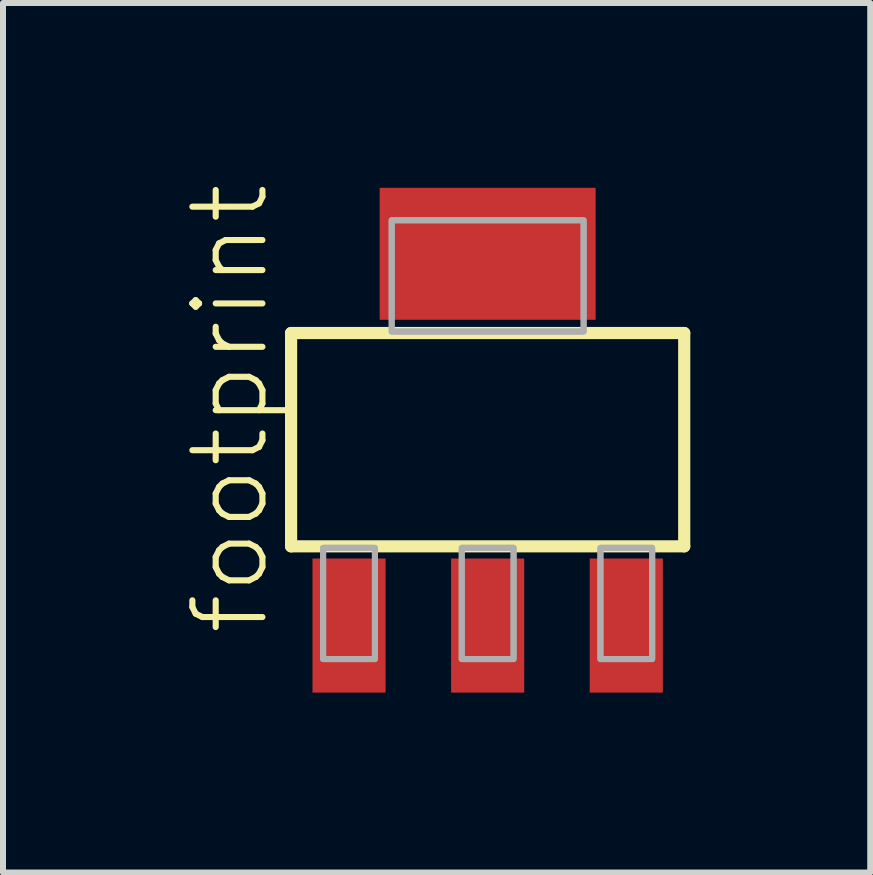
<source format=kicad_pcb>
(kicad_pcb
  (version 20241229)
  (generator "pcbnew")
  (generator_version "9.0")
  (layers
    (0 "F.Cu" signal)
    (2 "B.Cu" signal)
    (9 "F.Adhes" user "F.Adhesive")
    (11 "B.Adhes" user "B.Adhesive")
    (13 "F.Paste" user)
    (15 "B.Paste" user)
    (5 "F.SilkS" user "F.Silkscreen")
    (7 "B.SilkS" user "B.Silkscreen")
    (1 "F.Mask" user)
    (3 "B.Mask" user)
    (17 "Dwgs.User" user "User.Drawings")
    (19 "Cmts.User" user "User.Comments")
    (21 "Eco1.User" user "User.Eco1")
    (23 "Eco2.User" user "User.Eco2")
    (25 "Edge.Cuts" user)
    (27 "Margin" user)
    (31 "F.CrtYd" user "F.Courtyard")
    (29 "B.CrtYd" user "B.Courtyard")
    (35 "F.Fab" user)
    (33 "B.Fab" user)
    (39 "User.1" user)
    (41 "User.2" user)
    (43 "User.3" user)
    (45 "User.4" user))
  (footprint "footprint"
    (layer "F.Cu")
    (at 5.08 4.28)
    (property "Reference" "footprint" (at -3.607 3.302 90) (layer "F.SilkS") (effects (font (size 1.168 1.168) (thickness 0.102)) (justify left bottom)))
    (fp_line (start -3.277 -1.778) (end 3.277 -1.778) (stroke (width 0.203) (type solid)) (layer "F.SilkS"))
    (fp_line (start -3.277 1.778) (end -3.277 -1.778) (stroke (width 0.203) (type solid)) (layer "F.SilkS"))
    (fp_line (start 3.277 -1.778) (end 3.277 1.778) (stroke (width 0.203) (type solid)) (layer "F.SilkS"))
    (fp_line (start 3.277 1.778) (end -3.277 1.778) (stroke (width 0.203) (type solid)) (layer "F.SilkS"))
    (fp_poly (pts (xy -2.743 3.658) (xy -1.88 3.658) (xy -1.88 1.803) (xy -2.743 1.803)) (stroke (width 0.1) (type solid)) (fill no) (layer "F.Fab"))
    (fp_poly (pts (xy -2.743 3.658) (xy -1.88 3.658) (xy -1.88 1.803) (xy -2.743 1.803)) (stroke (width 0.1) (type solid)) (fill no) (layer "F.Fab"))
    (fp_poly (pts (xy -1.6 -1.803) (xy 1.6 -1.803) (xy 1.6 -3.658) (xy -1.6 -3.658)) (stroke (width 0.1) (type solid)) (fill no) (layer "F.Fab"))
    (fp_poly (pts (xy -1.6 -1.803) (xy 1.6 -1.803) (xy 1.6 -3.658) (xy -1.6 -3.658)) (stroke (width 0.1) (type solid)) (fill no) (layer "F.Fab"))
    (fp_poly (pts (xy -0.432 3.658) (xy 0.432 3.658) (xy 0.432 1.803) (xy -0.432 1.803)) (stroke (width 0.1) (type solid)) (fill no) (layer "F.Fab"))
    (fp_poly (pts (xy -0.432 3.658) (xy 0.432 3.658) (xy 0.432 1.803) (xy -0.432 1.803)) (stroke (width 0.1) (type solid)) (fill no) (layer "F.Fab"))
    (fp_poly (pts (xy 1.88 3.658) (xy 2.743 3.658) (xy 2.743 1.803) (xy 1.88 1.803)) (stroke (width 0.1) (type solid)) (fill no) (layer "F.Fab"))
    (fp_poly (pts (xy 1.88 3.658) (xy 2.743 3.658) (xy 2.743 1.803) (xy 1.88 1.803)) (stroke (width 0.1) (type solid)) (fill no) (layer "F.Fab"))
    (pad "1" smd rect (at -2.311 3.099) (size 1.219 2.235) (layers "F.Cu" "F.Mask" "F.Paste"))
    (pad "2" smd rect (at 0 3.099) (size 1.219 2.235) (layers "F.Cu" "F.Mask" "F.Paste"))
    (pad "3" smd rect (at 2.311 3.099) (size 1.219 2.235) (layers "F.Cu" "F.Mask" "F.Paste"))
    (pad "4" smd rect (at 0 -3.099) (size 3.6 2.2) (layers "F.Cu" "F.Mask" "F.Paste")))
  (gr_rect
    (start -3 -3)
    (end 11.458 11.497)
    (stroke (width 0.1) (type default))
    (fill no)
    (layer "Edge.Cuts")))
</source>
